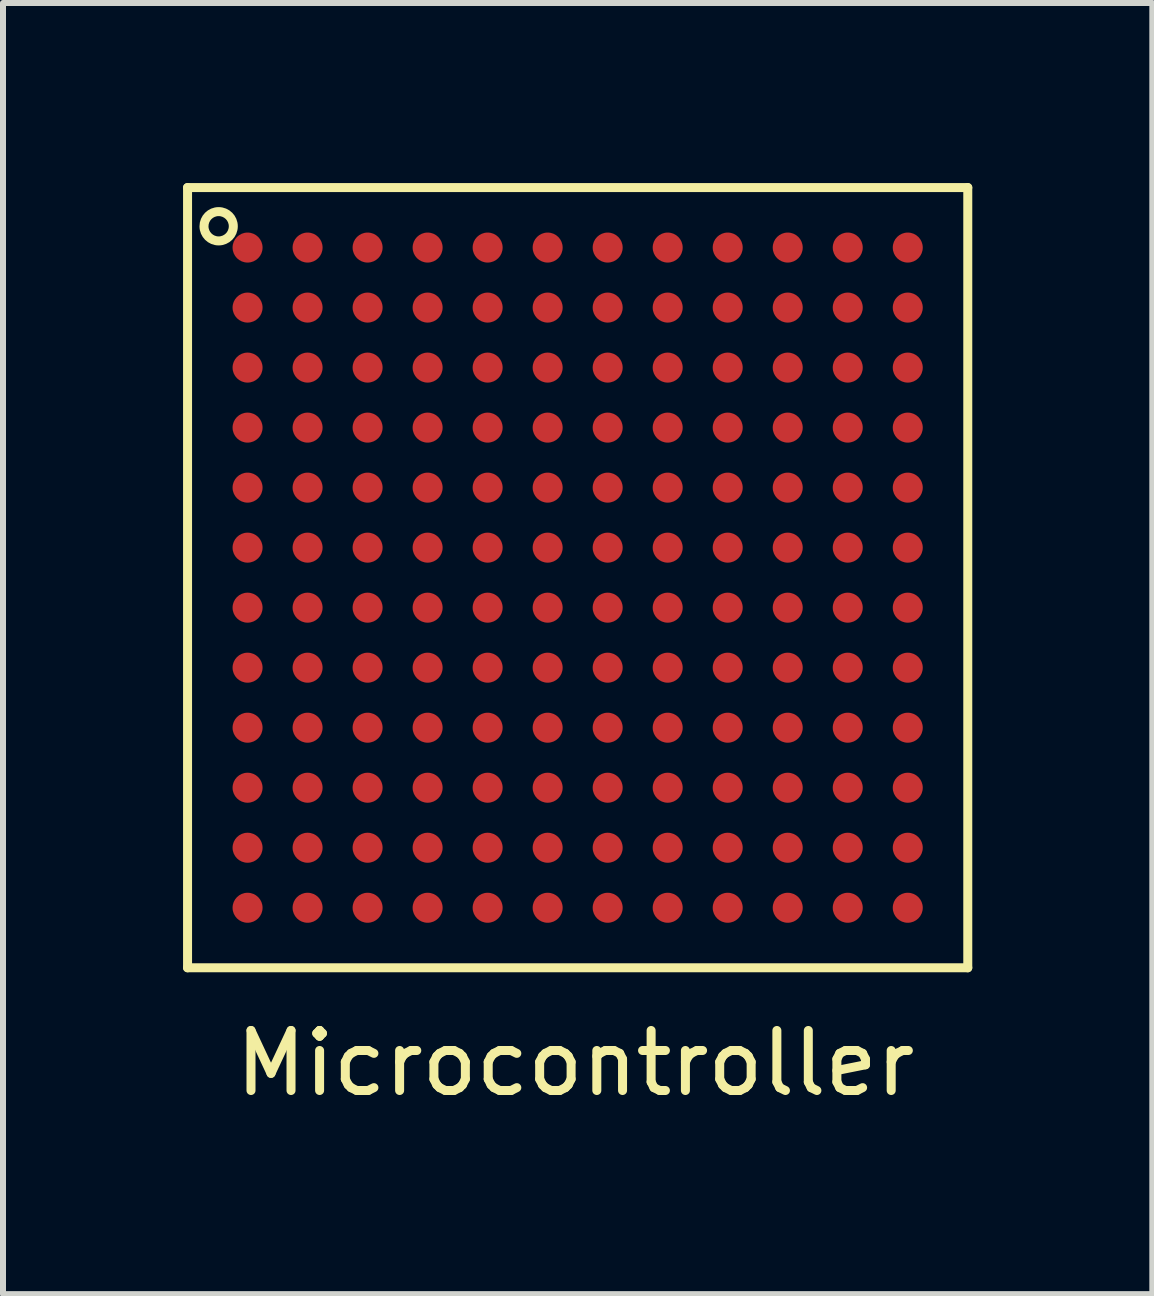
<source format=kicad_pcb>
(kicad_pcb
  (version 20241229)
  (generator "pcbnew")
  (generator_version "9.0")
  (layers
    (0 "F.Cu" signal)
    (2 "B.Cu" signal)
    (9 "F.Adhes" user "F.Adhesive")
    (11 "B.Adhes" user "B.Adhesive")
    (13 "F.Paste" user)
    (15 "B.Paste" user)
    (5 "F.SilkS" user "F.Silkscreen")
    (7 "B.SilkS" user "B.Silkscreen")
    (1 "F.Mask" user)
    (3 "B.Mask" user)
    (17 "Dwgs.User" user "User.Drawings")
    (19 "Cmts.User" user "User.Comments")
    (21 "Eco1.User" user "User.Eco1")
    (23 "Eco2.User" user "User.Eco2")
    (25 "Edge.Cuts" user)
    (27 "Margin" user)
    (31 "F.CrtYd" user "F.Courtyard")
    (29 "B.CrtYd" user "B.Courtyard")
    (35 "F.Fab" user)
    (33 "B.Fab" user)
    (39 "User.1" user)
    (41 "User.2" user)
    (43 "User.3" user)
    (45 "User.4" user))
  (footprint "Microcontroller"
    (layer "F.Cu")
    (at 6.575 6.575)
    (property "Reference" "Microcontroller" (at -0.038 8.09 0) (layer "F.SilkS") (effects (font (size 1 1) (thickness 0.15))))
    (attr through_hole)
    (fp_line (start -6.5 -6.5) (end 6.5 -6.5) (stroke (width 0.15) (type solid)) (layer "F.SilkS"))
    (fp_line (start -6.5 6.5) (end -6.5 -6.5) (stroke (width 0.15) (type solid)) (layer "F.SilkS"))
    (fp_line (start 6.5 -6.5) (end 6.5 6.5) (stroke (width 0.15) (type solid)) (layer "F.SilkS"))
    (fp_line (start 6.5 6.5) (end -6.5 6.5) (stroke (width 0.15) (type solid)) (layer "F.SilkS"))
    (fp_circle (center -5.982 -5.855) (end -6.096 -6.071) (stroke (width 0.15) (type solid)) (fill no) (layer "F.SilkS"))
    (pad "A1" smd circle (at -5.5 -5.5) (size 0.5 0.5) (layers "F.Cu" "F.Mask" "F.Paste"))
    (pad "A2" smd circle (at -4.5 -5.5) (size 0.5 0.5) (layers "F.Cu" "F.Mask" "F.Paste"))
    (pad "A3" smd circle (at -3.5 -5.5) (size 0.5 0.5) (layers "F.Cu" "F.Mask" "F.Paste"))
    (pad "A4" smd circle (at -2.5 -5.5) (size 0.5 0.5) (layers "F.Cu" "F.Mask" "F.Paste"))
    (pad "A5" smd circle (at -1.5 -5.5) (size 0.5 0.5) (layers "F.Cu" "F.Mask" "F.Paste"))
    (pad "A6" smd circle (at -0.5 -5.5) (size 0.5 0.5) (layers "F.Cu" "F.Mask" "F.Paste"))
    (pad "A7" smd circle (at 0.5 -5.5) (size 0.5 0.5) (layers "F.Cu" "F.Mask" "F.Paste"))
    (pad "A8" smd circle (at 1.5 -5.5) (size 0.5 0.5) (layers "F.Cu" "F.Mask" "F.Paste"))
    (pad "A9" smd circle (at 2.5 -5.5) (size 0.5 0.5) (layers "F.Cu" "F.Mask" "F.Paste"))
    (pad "A10" smd circle (at 3.5 -5.5) (size 0.5 0.5) (layers "F.Cu" "F.Mask" "F.Paste"))
    (pad "A11" smd circle (at 4.5 -5.5) (size 0.5 0.5) (layers "F.Cu" "F.Mask" "F.Paste"))
    (pad "A12" smd circle (at 5.5 -5.5) (size 0.5 0.5) (layers "F.Cu" "F.Mask" "F.Paste"))
    (pad "B1" smd circle (at -5.5 -4.5) (size 0.5 0.5) (layers "F.Cu" "F.Mask" "F.Paste"))
    (pad "B2" smd circle (at -4.5 -4.5) (size 0.5 0.5) (layers "F.Cu" "F.Mask" "F.Paste"))
    (pad "B3" smd circle (at -3.5 -4.5) (size 0.5 0.5) (layers "F.Cu" "F.Mask" "F.Paste"))
    (pad "B4" smd circle (at -2.5 -4.5) (size 0.5 0.5) (layers "F.Cu" "F.Mask" "F.Paste"))
    (pad "B5" smd circle (at -1.5 -4.5) (size 0.5 0.5) (layers "F.Cu" "F.Mask" "F.Paste"))
    (pad "B6" smd circle (at -0.5 -4.5) (size 0.5 0.5) (layers "F.Cu" "F.Mask" "F.Paste"))
    (pad "B7" smd circle (at 0.5 -4.5) (size 0.5 0.5) (layers "F.Cu" "F.Mask" "F.Paste"))
    (pad "B8" smd circle (at 1.5 -4.5) (size 0.5 0.5) (layers "F.Cu" "F.Mask" "F.Paste"))
    (pad "B9" smd circle (at 2.5 -4.5) (size 0.5 0.5) (layers "F.Cu" "F.Mask" "F.Paste"))
    (pad "B10" smd circle (at 3.5 -4.5) (size 0.5 0.5) (layers "F.Cu" "F.Mask" "F.Paste"))
    (pad "B11" smd circle (at 4.5 -4.5) (size 0.5 0.5) (layers "F.Cu" "F.Mask" "F.Paste"))
    (pad "B12" smd circle (at 5.5 -4.5) (size 0.5 0.5) (layers "F.Cu" "F.Mask" "F.Paste"))
    (pad "C1" smd circle (at -5.5 -3.5) (size 0.5 0.5) (layers "F.Cu" "F.Mask" "F.Paste"))
    (pad "C2" smd circle (at -4.5 -3.5) (size 0.5 0.5) (layers "F.Cu" "F.Mask" "F.Paste"))
    (pad "C3" smd circle (at -3.5 -3.5) (size 0.5 0.5) (layers "F.Cu" "F.Mask" "F.Paste"))
    (pad "C4" smd circle (at -2.5 -3.5) (size 0.5 0.5) (layers "F.Cu" "F.Mask" "F.Paste"))
    (pad "C5" smd circle (at -1.5 -3.5) (size 0.5 0.5) (layers "F.Cu" "F.Mask" "F.Paste"))
    (pad "C6" smd circle (at -0.5 -3.5) (size 0.5 0.5) (layers "F.Cu" "F.Mask" "F.Paste"))
    (pad "C7" smd circle (at 0.5 -3.5) (size 0.5 0.5) (layers "F.Cu" "F.Mask" "F.Paste"))
    (pad "C8" smd circle (at 1.5 -3.5) (size 0.5 0.5) (layers "F.Cu" "F.Mask" "F.Paste"))
    (pad "C9" smd circle (at 2.5 -3.5) (size 0.5 0.5) (layers "F.Cu" "F.Mask" "F.Paste"))
    (pad "C10" smd circle (at 3.5 -3.5) (size 0.5 0.5) (layers "F.Cu" "F.Mask" "F.Paste"))
    (pad "C11" smd circle (at 4.5 -3.5) (size 0.5 0.5) (layers "F.Cu" "F.Mask" "F.Paste"))
    (pad "C12" smd circle (at 5.5 -3.5) (size 0.5 0.5) (layers "F.Cu" "F.Mask" "F.Paste"))
    (pad "D1" smd circle (at -5.5 -2.5) (size 0.5 0.5) (layers "F.Cu" "F.Mask" "F.Paste"))
    (pad "D2" smd circle (at -4.5 -2.5) (size 0.5 0.5) (layers "F.Cu" "F.Mask" "F.Paste"))
    (pad "D3" smd circle (at -3.5 -2.5) (size 0.5 0.5) (layers "F.Cu" "F.Mask" "F.Paste"))
    (pad "D4" smd circle (at -2.5 -2.5) (size 0.5 0.5) (layers "F.Cu" "F.Mask" "F.Paste"))
    (pad "D5" smd circle (at -1.5 -2.5) (size 0.5 0.5) (layers "F.Cu" "F.Mask" "F.Paste"))
    (pad "D6" smd circle (at -0.5 -2.5) (size 0.5 0.5) (layers "F.Cu" "F.Mask" "F.Paste"))
    (pad "D7" smd circle (at 0.5 -2.5) (size 0.5 0.5) (layers "F.Cu" "F.Mask" "F.Paste"))
    (pad "D8" smd circle (at 1.5 -2.5) (size 0.5 0.5) (layers "F.Cu" "F.Mask" "F.Paste"))
    (pad "D9" smd circle (at 2.5 -2.5) (size 0.5 0.5) (layers "F.Cu" "F.Mask" "F.Paste"))
    (pad "D10" smd circle (at 3.5 -2.5) (size 0.5 0.5) (layers "F.Cu" "F.Mask" "F.Paste"))
    (pad "D11" smd circle (at 4.5 -2.5) (size 0.5 0.5) (layers "F.Cu" "F.Mask" "F.Paste"))
    (pad "D12" smd circle (at 5.5 -2.5) (size 0.5 0.5) (layers "F.Cu" "F.Mask" "F.Paste"))
    (pad "E1" smd circle (at -5.5 -1.5) (size 0.5 0.5) (layers "F.Cu" "F.Mask" "F.Paste"))
    (pad "E2" smd circle (at -4.5 -1.5) (size 0.5 0.5) (layers "F.Cu" "F.Mask" "F.Paste"))
    (pad "E3" smd circle (at -3.5 -1.5) (size 0.5 0.5) (layers "F.Cu" "F.Mask" "F.Paste"))
    (pad "E4" smd circle (at -2.5 -1.5) (size 0.5 0.5) (layers "F.Cu" "F.Mask" "F.Paste"))
    (pad "E5" smd circle (at -1.5 -1.5) (size 0.5 0.5) (layers "F.Cu" "F.Mask" "F.Paste"))
    (pad "E6" smd circle (at -0.5 -1.5) (size 0.5 0.5) (layers "F.Cu" "F.Mask" "F.Paste"))
    (pad "E7" smd circle (at 0.5 -1.5) (size 0.5 0.5) (layers "F.Cu" "F.Mask" "F.Paste"))
    (pad "E8" smd circle (at 1.5 -1.5) (size 0.5 0.5) (layers "F.Cu" "F.Mask" "F.Paste"))
    (pad "E9" smd circle (at 2.5 -1.5) (size 0.5 0.5) (layers "F.Cu" "F.Mask" "F.Paste"))
    (pad "E10" smd circle (at 3.5 -1.5) (size 0.5 0.5) (layers "F.Cu" "F.Mask" "F.Paste"))
    (pad "E11" smd circle (at 4.5 -1.5) (size 0.5 0.5) (layers "F.Cu" "F.Mask" "F.Paste"))
    (pad "E12" smd circle (at 5.5 -1.5) (size 0.5 0.5) (layers "F.Cu" "F.Mask" "F.Paste"))
    (pad "F1" smd circle (at -5.5 -0.5) (size 0.5 0.5) (layers "F.Cu" "F.Mask" "F.Paste"))
    (pad "F2" smd circle (at -4.5 -0.5) (size 0.5 0.5) (layers "F.Cu" "F.Mask" "F.Paste"))
    (pad "F3" smd circle (at -3.5 -0.5) (size 0.5 0.5) (layers "F.Cu" "F.Mask" "F.Paste"))
    (pad "F4" smd circle (at -2.5 -0.5) (size 0.5 0.5) (layers "F.Cu" "F.Mask" "F.Paste"))
    (pad "F5" smd circle (at -1.5 -0.5) (size 0.5 0.5) (layers "F.Cu" "F.Mask" "F.Paste"))
    (pad "F6" smd circle (at -0.5 -0.5) (size 0.5 0.5) (layers "F.Cu" "F.Mask" "F.Paste"))
    (pad "F7" smd circle (at 0.5 -0.5) (size 0.5 0.5) (layers "F.Cu" "F.Mask" "F.Paste"))
    (pad "F8" smd circle (at 1.5 -0.5) (size 0.5 0.5) (layers "F.Cu" "F.Mask" "F.Paste"))
    (pad "F9" smd circle (at 2.5 -0.5) (size 0.5 0.5) (layers "F.Cu" "F.Mask" "F.Paste"))
    (pad "F10" smd circle (at 3.5 -0.5) (size 0.5 0.5) (layers "F.Cu" "F.Mask" "F.Paste"))
    (pad "F11" smd circle (at 4.5 -0.5) (size 0.5 0.5) (layers "F.Cu" "F.Mask" "F.Paste"))
    (pad "F12" smd circle (at 5.5 -0.5) (size 0.5 0.5) (layers "F.Cu" "F.Mask" "F.Paste"))
    (pad "G1" smd circle (at -5.5 0.5) (size 0.5 0.5) (layers "F.Cu" "F.Mask" "F.Paste"))
    (pad "G2" smd circle (at -4.5 0.5) (size 0.5 0.5) (layers "F.Cu" "F.Mask" "F.Paste"))
    (pad "G3" smd circle (at -3.5 0.5) (size 0.5 0.5) (layers "F.Cu" "F.Mask" "F.Paste"))
    (pad "G4" smd circle (at -2.5 0.5) (size 0.5 0.5) (layers "F.Cu" "F.Mask" "F.Paste"))
    (pad "G5" smd circle (at -1.5 0.5) (size 0.5 0.5) (layers "F.Cu" "F.Mask" "F.Paste"))
    (pad "G6" smd circle (at -0.5 0.5) (size 0.5 0.5) (layers "F.Cu" "F.Mask" "F.Paste"))
    (pad "G7" smd circle (at 0.5 0.5) (size 0.5 0.5) (layers "F.Cu" "F.Mask" "F.Paste"))
    (pad "G8" smd circle (at 1.5 0.5) (size 0.5 0.5) (layers "F.Cu" "F.Mask" "F.Paste"))
    (pad "G9" smd circle (at 2.5 0.5) (size 0.5 0.5) (layers "F.Cu" "F.Mask" "F.Paste"))
    (pad "G10" smd circle (at 3.5 0.5) (size 0.5 0.5) (layers "F.Cu" "F.Mask" "F.Paste"))
    (pad "G11" smd circle (at 4.5 0.5) (size 0.5 0.5) (layers "F.Cu" "F.Mask" "F.Paste"))
    (pad "G12" smd circle (at 5.5 0.5) (size 0.5 0.5) (layers "F.Cu" "F.Mask" "F.Paste"))
    (pad "H1" smd circle (at -5.5 1.5) (size 0.5 0.5) (layers "F.Cu" "F.Mask" "F.Paste"))
    (pad "H2" smd circle (at -4.5 1.5) (size 0.5 0.5) (layers "F.Cu" "F.Mask" "F.Paste"))
    (pad "H3" smd circle (at -3.5 1.5) (size 0.5 0.5) (layers "F.Cu" "F.Mask" "F.Paste"))
    (pad "H4" smd circle (at -2.5 1.5) (size 0.5 0.5) (layers "F.Cu" "F.Mask" "F.Paste"))
    (pad "H5" smd circle (at -1.5 1.5) (size 0.5 0.5) (layers "F.Cu" "F.Mask" "F.Paste"))
    (pad "H6" smd circle (at -0.5 1.5) (size 0.5 0.5) (layers "F.Cu" "F.Mask" "F.Paste"))
    (pad "H7" smd circle (at 0.5 1.5) (size 0.5 0.5) (layers "F.Cu" "F.Mask" "F.Paste"))
    (pad "H8" smd circle (at 1.5 1.5) (size 0.5 0.5) (layers "F.Cu" "F.Mask" "F.Paste"))
    (pad "H9" smd circle (at 2.5 1.5) (size 0.5 0.5) (layers "F.Cu" "F.Mask" "F.Paste"))
    (pad "H10" smd circle (at 3.5 1.5) (size 0.5 0.5) (layers "F.Cu" "F.Mask" "F.Paste"))
    (pad "H11" smd circle (at 4.5 1.5) (size 0.5 0.5) (layers "F.Cu" "F.Mask" "F.Paste"))
    (pad "H12" smd circle (at 5.5 1.5) (size 0.5 0.5) (layers "F.Cu" "F.Mask" "F.Paste"))
    (pad "J1" smd circle (at -5.5 2.5) (size 0.5 0.5) (layers "F.Cu" "F.Mask" "F.Paste"))
    (pad "J2" smd circle (at -4.5 2.5) (size 0.5 0.5) (layers "F.Cu" "F.Mask" "F.Paste"))
    (pad "J3" smd circle (at -3.5 2.5) (size 0.5 0.5) (layers "F.Cu" "F.Mask" "F.Paste"))
    (pad "J4" smd circle (at -2.5 2.5) (size 0.5 0.5) (layers "F.Cu" "F.Mask" "F.Paste"))
    (pad "J5" smd circle (at -1.5 2.5) (size 0.5 0.5) (layers "F.Cu" "F.Mask" "F.Paste"))
    (pad "J6" smd circle (at -0.5 2.5) (size 0.5 0.5) (layers "F.Cu" "F.Mask" "F.Paste"))
    (pad "J7" smd circle (at 0.5 2.5) (size 0.5 0.5) (layers "F.Cu" "F.Mask" "F.Paste"))
    (pad "J8" smd circle (at 1.5 2.5) (size 0.5 0.5) (layers "F.Cu" "F.Mask" "F.Paste"))
    (pad "J9" smd circle (at 2.5 2.5) (size 0.5 0.5) (layers "F.Cu" "F.Mask" "F.Paste"))
    (pad "J10" smd circle (at 3.5 2.5) (size 0.5 0.5) (layers "F.Cu" "F.Mask" "F.Paste"))
    (pad "J11" smd circle (at 4.5 2.5) (size 0.5 0.5) (layers "F.Cu" "F.Mask" "F.Paste"))
    (pad "J12" smd circle (at 5.5 2.5) (size 0.5 0.5) (layers "F.Cu" "F.Mask" "F.Paste"))
    (pad "K1" smd circle (at -5.5 3.5) (size 0.5 0.5) (layers "F.Cu" "F.Mask" "F.Paste"))
    (pad "K2" smd circle (at -4.5 3.5) (size 0.5 0.5) (layers "F.Cu" "F.Mask" "F.Paste"))
    (pad "K3" smd circle (at -3.5 3.5) (size 0.5 0.5) (layers "F.Cu" "F.Mask" "F.Paste"))
    (pad "K4" smd circle (at -2.5 3.5) (size 0.5 0.5) (layers "F.Cu" "F.Mask" "F.Paste"))
    (pad "K5" smd circle (at -1.5 3.5) (size 0.5 0.5) (layers "F.Cu" "F.Mask" "F.Paste"))
    (pad "K6" smd circle (at -0.5 3.5) (size 0.5 0.5) (layers "F.Cu" "F.Mask" "F.Paste"))
    (pad "K7" smd circle (at 0.5 3.5) (size 0.5 0.5) (layers "F.Cu" "F.Mask" "F.Paste"))
    (pad "K8" smd circle (at 1.5 3.5) (size 0.5 0.5) (layers "F.Cu" "F.Mask" "F.Paste"))
    (pad "K9" smd circle (at 2.5 3.5) (size 0.5 0.5) (layers "F.Cu" "F.Mask" "F.Paste"))
    (pad "K10" smd circle (at 3.5 3.5) (size 0.5 0.5) (layers "F.Cu" "F.Mask" "F.Paste"))
    (pad "K11" smd circle (at 4.5 3.5) (size 0.5 0.5) (layers "F.Cu" "F.Mask" "F.Paste"))
    (pad "K12" smd circle (at 5.5 3.5) (size 0.5 0.5) (layers "F.Cu" "F.Mask" "F.Paste"))
    (pad "L1" smd circle (at -5.5 4.5) (size 0.5 0.5) (layers "F.Cu" "F.Mask" "F.Paste"))
    (pad "L2" smd circle (at -4.5 4.5) (size 0.5 0.5) (layers "F.Cu" "F.Mask" "F.Paste"))
    (pad "L3" smd circle (at -3.5 4.5) (size 0.5 0.5) (layers "F.Cu" "F.Mask" "F.Paste"))
    (pad "L4" smd circle (at -2.5 4.5) (size 0.5 0.5) (layers "F.Cu" "F.Mask" "F.Paste"))
    (pad "L5" smd circle (at -1.5 4.5) (size 0.5 0.5) (layers "F.Cu" "F.Mask" "F.Paste"))
    (pad "L6" smd circle (at -0.5 4.5) (size 0.5 0.5) (layers "F.Cu" "F.Mask" "F.Paste"))
    (pad "L7" smd circle (at 0.5 4.5) (size 0.5 0.5) (layers "F.Cu" "F.Mask" "F.Paste"))
    (pad "L8" smd circle (at 1.5 4.5) (size 0.5 0.5) (layers "F.Cu" "F.Mask" "F.Paste"))
    (pad "L9" smd circle (at 2.5 4.5) (size 0.5 0.5) (layers "F.Cu" "F.Mask" "F.Paste"))
    (pad "L10" smd circle (at 3.5 4.5) (size 0.5 0.5) (layers "F.Cu" "F.Mask" "F.Paste"))
    (pad "L11" smd circle (at 4.5 4.5) (size 0.5 0.5) (layers "F.Cu" "F.Mask" "F.Paste"))
    (pad "L12" smd circle (at 5.5 4.5) (size 0.5 0.5) (layers "F.Cu" "F.Mask" "F.Paste"))
    (pad "M1" smd circle (at -5.5 5.5) (size 0.5 0.5) (layers "F.Cu" "F.Mask" "F.Paste"))
    (pad "M2" smd circle (at -4.5 5.5) (size 0.5 0.5) (layers "F.Cu" "F.Mask" "F.Paste"))
    (pad "M3" smd circle (at -3.5 5.5) (size 0.5 0.5) (layers "F.Cu" "F.Mask" "F.Paste"))
    (pad "M4" smd circle (at -2.5 5.5) (size 0.5 0.5) (layers "F.Cu" "F.Mask" "F.Paste"))
    (pad "M5" smd circle (at -1.5 5.5) (size 0.5 0.5) (layers "F.Cu" "F.Mask" "F.Paste"))
    (pad "M6" smd circle (at -0.5 5.5) (size 0.5 0.5) (layers "F.Cu" "F.Mask" "F.Paste"))
    (pad "M7" smd circle (at 0.5 5.5) (size 0.5 0.5) (layers "F.Cu" "F.Mask" "F.Paste"))
    (pad "M8" smd circle (at 1.5 5.5) (size 0.5 0.5) (layers "F.Cu" "F.Mask" "F.Paste"))
    (pad "M9" smd circle (at 2.5 5.5) (size 0.5 0.5) (layers "F.Cu" "F.Mask" "F.Paste"))
    (pad "M10" smd circle (at 3.5 5.5) (size 0.5 0.5) (layers "F.Cu" "F.Mask" "F.Paste"))
    (pad "M11" smd circle (at 4.5 5.5) (size 0.5 0.5) (layers "F.Cu" "F.Mask" "F.Paste"))
    (pad "M12" smd circle (at 5.5 5.5) (size 0.5 0.5) (layers "F.Cu" "F.Mask" "F.Paste")))
  (gr_rect
    (start -3 -3)
    (end 16.15 18.513)
    (stroke (width 0.1) (type default))
    (fill no)
    (layer "Edge.Cuts")))
</source>
